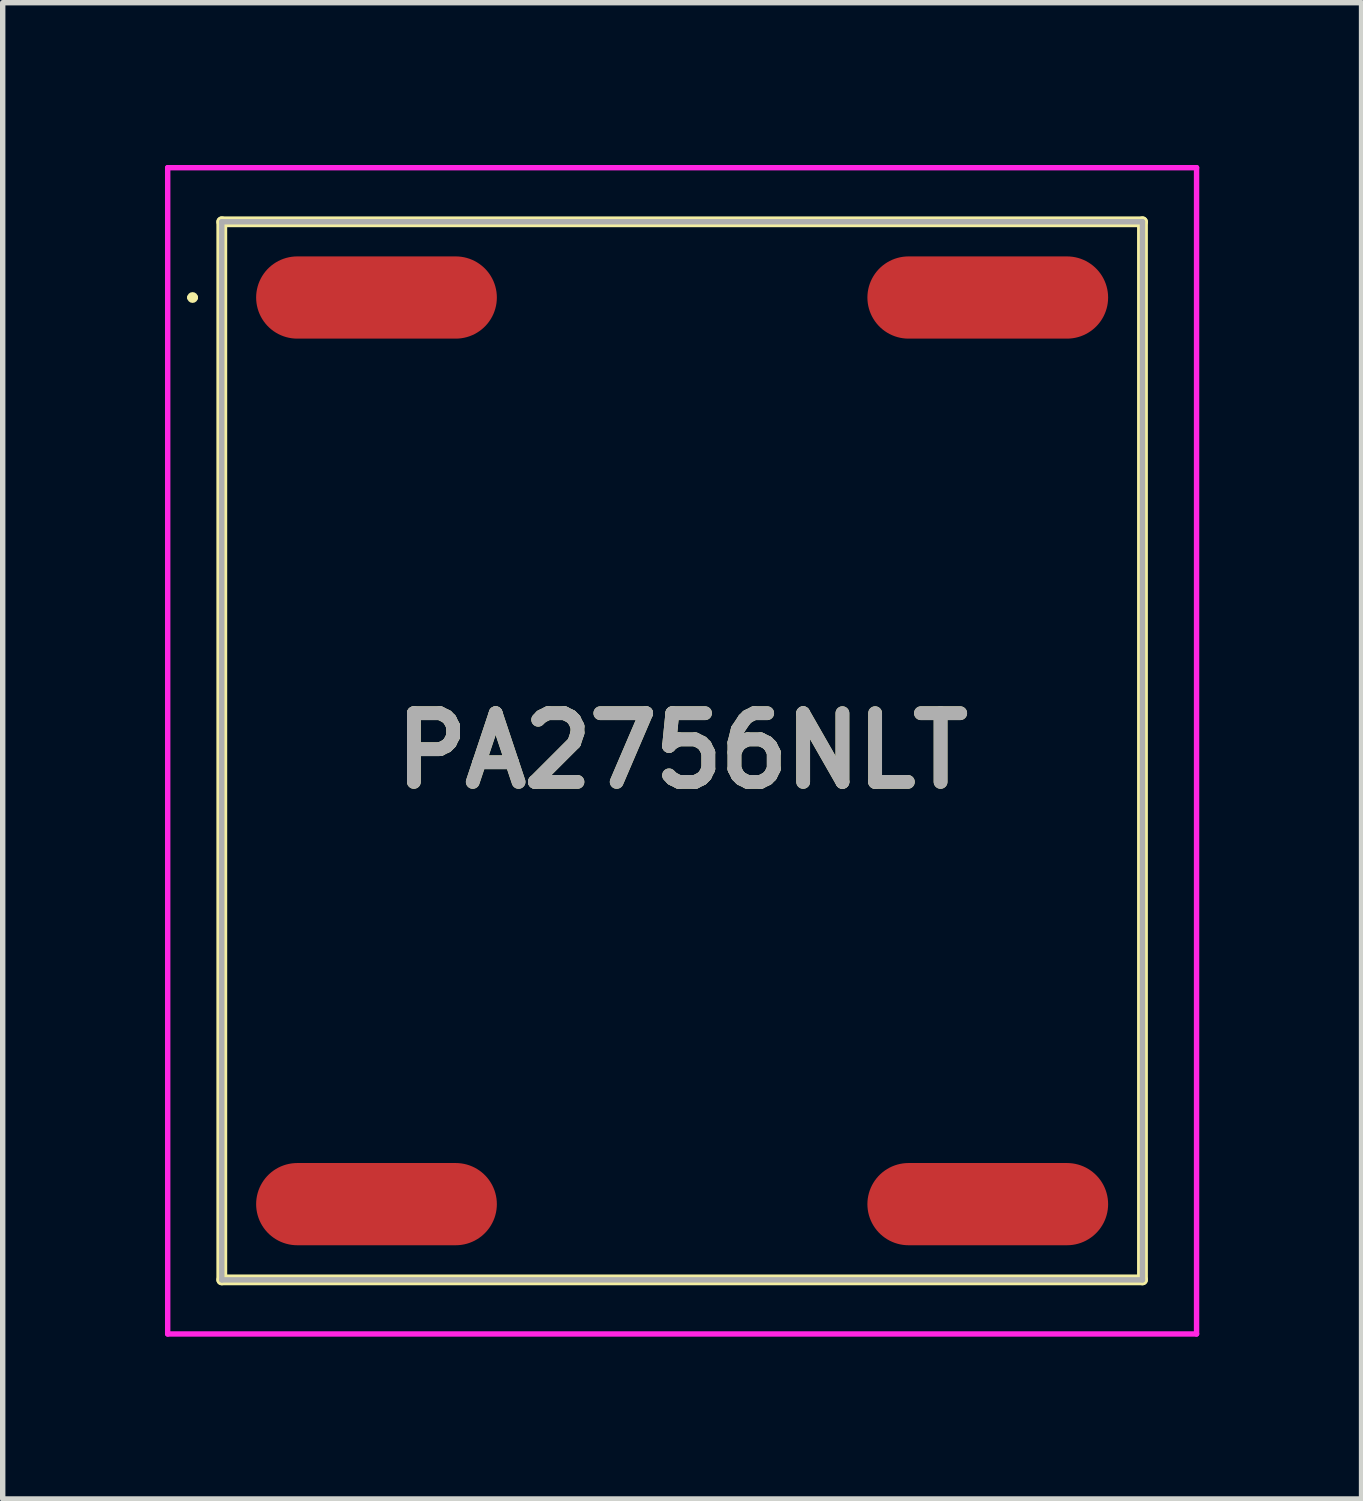
<source format=kicad_pcb>
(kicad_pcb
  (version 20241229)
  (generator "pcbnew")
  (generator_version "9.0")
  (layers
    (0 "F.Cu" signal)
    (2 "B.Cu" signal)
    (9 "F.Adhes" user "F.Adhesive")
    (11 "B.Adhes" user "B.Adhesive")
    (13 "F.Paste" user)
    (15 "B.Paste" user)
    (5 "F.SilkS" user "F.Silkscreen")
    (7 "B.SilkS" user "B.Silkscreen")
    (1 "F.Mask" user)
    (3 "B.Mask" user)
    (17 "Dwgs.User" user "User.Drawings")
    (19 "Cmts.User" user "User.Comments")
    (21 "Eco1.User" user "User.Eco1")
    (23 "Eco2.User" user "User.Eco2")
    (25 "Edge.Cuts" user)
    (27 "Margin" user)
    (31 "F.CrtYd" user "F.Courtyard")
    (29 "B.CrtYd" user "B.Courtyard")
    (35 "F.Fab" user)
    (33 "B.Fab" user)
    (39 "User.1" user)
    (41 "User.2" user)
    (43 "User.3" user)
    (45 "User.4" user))
  (footprint "PA2756NLT"
    (layer "F.Cu")
    (at 9.56 10.83)
    (property "Reference" "PA2756NLT" (at 0 0 0) (layer "F.SilkS") (effects (font (size 1.27 1.27) (thickness 0.254))))
    (attr smd)
    (fp_line (start -9.1 -8.38) (end -9.1 -8.38) (stroke (width 0.1) (type solid)) (layer "F.SilkS"))
    (fp_line (start -9 -8.38) (end -9 -8.38) (stroke (width 0.1) (type solid)) (layer "F.SilkS"))
    (fp_line (start -8.51 -9.78) (end 8.51 -9.78) (stroke (width 0.2) (type solid)) (layer "F.SilkS"))
    (fp_line (start -8.51 9.78) (end -8.51 -9.78) (stroke (width 0.2) (type solid)) (layer "F.SilkS"))
    (fp_line (start 8.51 -9.78) (end 8.51 9.78) (stroke (width 0.2) (type solid)) (layer "F.SilkS"))
    (fp_line (start 8.51 9.78) (end -8.51 9.78) (stroke (width 0.2) (type solid)) (layer "F.SilkS"))
    (fp_arc (start -9.1 -8.38) (mid -9.05 -8.43) (end -9 -8.38) (stroke (width 0.1) (type solid)) (layer "F.SilkS"))
    (fp_arc (start -9 -8.38) (mid -9.05 -8.33) (end -9.1 -8.38) (stroke (width 0.1) (type solid)) (layer "F.SilkS"))
    (fp_line (start -9.51 -10.78) (end 9.51 -10.78) (stroke (width 0.1) (type solid)) (layer "F.CrtYd"))
    (fp_line (start -9.51 10.78) (end -9.51 -10.78) (stroke (width 0.1) (type solid)) (layer "F.CrtYd"))
    (fp_line (start 9.51 -10.78) (end 9.51 10.78) (stroke (width 0.1) (type solid)) (layer "F.CrtYd"))
    (fp_line (start 9.51 10.78) (end -9.51 10.78) (stroke (width 0.1) (type solid)) (layer "F.CrtYd"))
    (fp_line (start -8.51 -9.78) (end 8.51 -9.78) (stroke (width 0.1) (type solid)) (layer "F.Fab"))
    (fp_line (start -8.51 9.78) (end -8.51 -9.78) (stroke (width 0.1) (type solid)) (layer "F.Fab"))
    (fp_line (start 8.51 -9.78) (end 8.51 9.78) (stroke (width 0.1) (type solid)) (layer "F.Fab"))
    (fp_line (start 8.51 9.78) (end -8.51 9.78) (stroke (width 0.1) (type solid)) (layer "F.Fab"))
    (fp_text user "${REFERENCE}" (at 0 0 0) (layer "F.Fab") (effects (font (size 1.27 1.27) (thickness 0.254))))
    (pad "1" smd oval (at -5.65 -8.38 90) (size 1.52 4.45) (layers "F.Cu" "F.Mask" "F.Paste"))
    (pad "2" smd oval (at 5.65 -8.38 90) (size 1.52 4.45) (layers "F.Cu" "F.Mask" "F.Paste"))
    (pad "3" smd oval (at -5.65 8.38 90) (size 1.52 4.45) (layers "F.Cu" "F.Mask" "F.Paste"))
    (pad "4" smd oval (at 5.65 8.38 90) (size 1.52 4.45) (layers "F.Cu" "F.Mask" "F.Paste")))
  (gr_rect
    (start -3 -3)
    (end 22.12 24.66)
    (stroke (width 0.1) (type default))
    (fill no)
    (layer "Edge.Cuts")))
</source>
